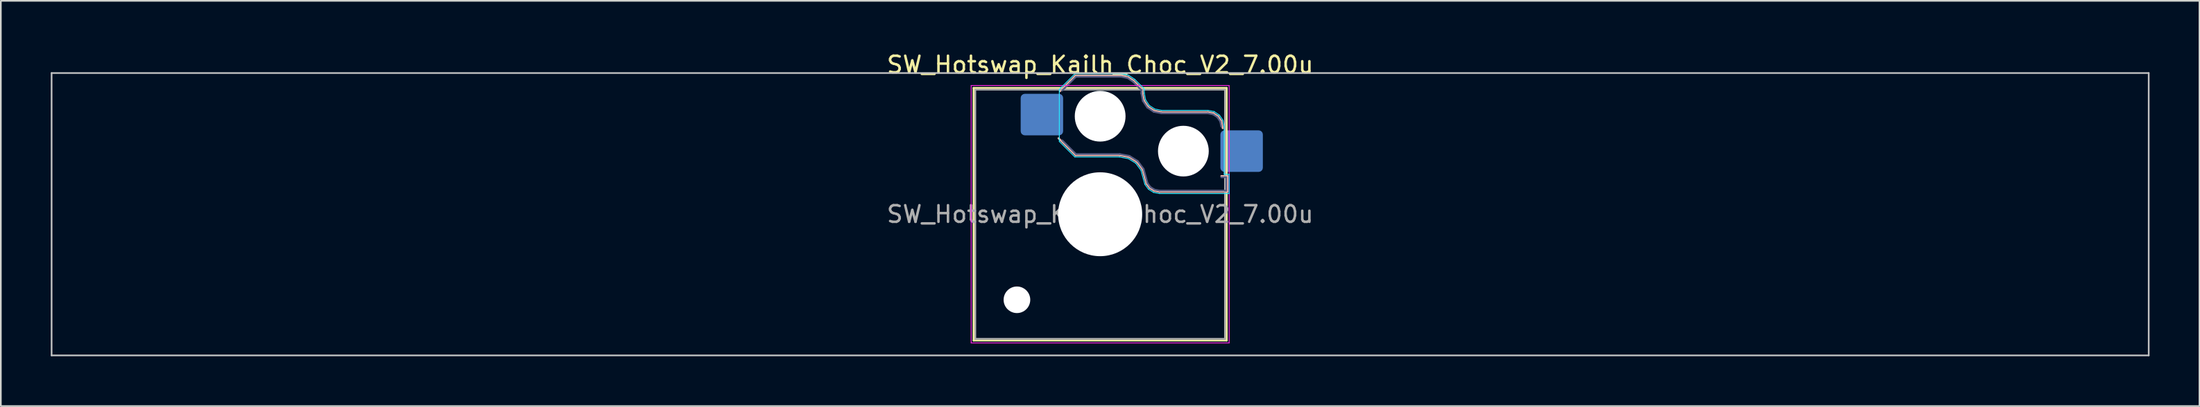
<source format=kicad_pcb>
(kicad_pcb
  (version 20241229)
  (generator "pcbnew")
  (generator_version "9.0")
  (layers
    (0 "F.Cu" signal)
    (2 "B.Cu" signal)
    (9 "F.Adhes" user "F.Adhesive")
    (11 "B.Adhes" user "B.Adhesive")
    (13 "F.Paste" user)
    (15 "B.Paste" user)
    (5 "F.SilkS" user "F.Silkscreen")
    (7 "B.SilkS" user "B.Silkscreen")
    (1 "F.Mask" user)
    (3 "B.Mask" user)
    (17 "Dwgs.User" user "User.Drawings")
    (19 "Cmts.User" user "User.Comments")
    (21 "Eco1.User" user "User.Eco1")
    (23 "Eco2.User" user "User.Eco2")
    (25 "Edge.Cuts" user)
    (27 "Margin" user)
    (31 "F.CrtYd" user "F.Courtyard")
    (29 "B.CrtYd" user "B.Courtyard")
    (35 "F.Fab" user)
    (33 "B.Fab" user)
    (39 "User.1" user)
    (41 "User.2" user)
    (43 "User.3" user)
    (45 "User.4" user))
  (footprint "SW_Hotswap_Kailh_Choc_V2_7.00u"
    (layer "F.Cu")
    (at 63.05 9.848)
    (property "Reference" "SW_Hotswap_Kailh_Choc_V2_7.00u" (at 0 -9 0) (layer "F.SilkS") (effects (font (size 1 1) (thickness 0.15))))
    (attr smd)
    (fp_line (start -7.6 -7.6) (end -7.6 7.6) (stroke (width 0.12) (type solid)) (layer "F.SilkS"))
    (fp_line (start -7.6 7.6) (end 7.6 7.6) (stroke (width 0.12) (type solid)) (layer "F.SilkS"))
    (fp_line (start 7.6 -7.6) (end -7.6 -7.6) (stroke (width 0.12) (type solid)) (layer "F.SilkS"))
    (fp_line (start 7.6 7.6) (end 7.6 -7.6) (stroke (width 0.12) (type solid)) (layer "F.SilkS"))
    (fp_line (start -2.416 -7.409) (end -1.479 -8.346) (stroke (width 0.12) (type solid)) (layer "B.SilkS"))
    (fp_line (start -1.479 -8.346) (end 1.268 -8.346) (stroke (width 0.12) (type solid)) (layer "B.SilkS"))
    (fp_line (start -1.479 -3.554) (end -2.5 -4.575) (stroke (width 0.12) (type solid)) (layer "B.SilkS"))
    (fp_line (start 1.168 -3.554) (end -1.479 -3.554) (stroke (width 0.12) (type solid)) (layer "B.SilkS"))
    (fp_line (start 1.268 -8.346) (end 1.671 -8.266) (stroke (width 0.12) (type solid)) (layer "B.SilkS"))
    (fp_line (start 1.671 -8.266) (end 2.013 -8.037) (stroke (width 0.12) (type solid)) (layer "B.SilkS"))
    (fp_line (start 1.73 -3.449) (end 1.168 -3.554) (stroke (width 0.12) (type solid)) (layer "B.SilkS"))
    (fp_line (start 2.013 -8.037) (end 2.546 -7.504) (stroke (width 0.12) (type solid)) (layer "B.SilkS"))
    (fp_line (start 2.209 -3.15) (end 1.73 -3.449) (stroke (width 0.12) (type solid)) (layer "B.SilkS"))
    (fp_line (start 2.546 -7.504) (end 2.546 -7.282) (stroke (width 0.12) (type solid)) (layer "B.SilkS"))
    (fp_line (start 2.546 -7.282) (end 2.633 -6.844) (stroke (width 0.12) (type solid)) (layer "B.SilkS"))
    (fp_line (start 2.547 -2.697) (end 2.209 -3.15) (stroke (width 0.12) (type solid)) (layer "B.SilkS"))
    (fp_line (start 2.633 -6.844) (end 2.877 -6.477) (stroke (width 0.12) (type solid)) (layer "B.SilkS"))
    (fp_line (start 2.701 -2.139) (end 2.547 -2.697) (stroke (width 0.12) (type solid)) (layer "B.SilkS"))
    (fp_line (start 2.783 -1.841) (end 2.701 -2.139) (stroke (width 0.12) (type solid)) (layer "B.SilkS"))
    (fp_line (start 2.877 -6.477) (end 3.244 -6.233) (stroke (width 0.12) (type solid)) (layer "B.SilkS"))
    (fp_line (start 2.976 -1.583) (end 2.783 -1.841) (stroke (width 0.12) (type solid)) (layer "B.SilkS"))
    (fp_line (start 3.244 -6.233) (end 3.682 -6.146) (stroke (width 0.12) (type solid)) (layer "B.SilkS"))
    (fp_line (start 3.25 -1.413) (end 2.976 -1.583) (stroke (width 0.12) (type solid)) (layer "B.SilkS"))
    (fp_line (start 3.56 -1.354) (end 3.25 -1.413) (stroke (width 0.12) (type solid)) (layer "B.SilkS"))
    (fp_line (start 3.682 -6.146) (end 6.482 -6.146) (stroke (width 0.12) (type solid)) (layer "B.SilkS"))
    (fp_line (start 6.482 -6.146) (end 6.809 -6.081) (stroke (width 0.12) (type solid)) (layer "B.SilkS"))
    (fp_line (start 6.809 -6.081) (end 7.092 -5.892) (stroke (width 0.12) (type solid)) (layer "B.SilkS"))
    (fp_line (start 7.092 -5.892) (end 7.281 -5.609) (stroke (width 0.12) (type solid)) (layer "B.SilkS"))
    (fp_line (start 7.281 -5.609) (end 7.366 -5.182) (stroke (width 0.12) (type solid)) (layer "B.SilkS"))
    (fp_line (start 7.283 -2.296) (end 7.646 -2.296) (stroke (width 0.12) (type solid)) (layer "B.SilkS"))
    (fp_line (start 7.646 -2.296) (end 7.646 -1.354) (stroke (width 0.12) (type solid)) (layer "B.SilkS"))
    (fp_line (start 7.646 -1.354) (end 3.56 -1.354) (stroke (width 0.12) (type solid)) (layer "B.SilkS"))
    (fp_line (start -63 -8.5) (end -63 8.5) (stroke (width 0.1) (type solid)) (layer "Dwgs.User"))
    (fp_line (start -63 8.5) (end 63 8.5) (stroke (width 0.1) (type solid)) (layer "Dwgs.User"))
    (fp_line (start 63 -8.5) (end -63 -8.5) (stroke (width 0.1) (type solid)) (layer "Dwgs.User"))
    (fp_line (start 63 8.5) (end 63 -8.5) (stroke (width 0.1) (type solid)) (layer "Dwgs.User"))
    (fp_line (start -7.25 -7.25) (end -7.25 7.25) (stroke (width 0.1) (type solid)) (layer "Eco1.User"))
    (fp_line (start -7.25 7.25) (end 7.25 7.25) (stroke (width 0.1) (type solid)) (layer "Eco1.User"))
    (fp_line (start 7.25 -7.25) (end -7.25 -7.25) (stroke (width 0.1) (type solid)) (layer "Eco1.User"))
    (fp_line (start 7.25 7.25) (end 7.25 -7.25) (stroke (width 0.1) (type solid)) (layer "Eco1.User"))
    (fp_line (start -2.452 -7.523) (end -1.523 -8.452) (stroke (width 0.05) (type solid)) (layer "B.CrtYd"))
    (fp_line (start -2.452 -4.377) (end -2.452 -7.523) (stroke (width 0.05) (type solid)) (layer "B.CrtYd"))
    (fp_line (start -1.523 -8.452) (end 1.278 -8.452) (stroke (width 0.05) (type solid)) (layer "B.CrtYd"))
    (fp_line (start -1.523 -3.448) (end -2.452 -4.377) (stroke (width 0.05) (type solid)) (layer "B.CrtYd"))
    (fp_line (start 1.159 -3.448) (end -1.523 -3.448) (stroke (width 0.05) (type solid)) (layer "B.CrtYd"))
    (fp_line (start 1.278 -8.452) (end 1.712 -8.366) (stroke (width 0.05) (type solid)) (layer "B.CrtYd"))
    (fp_line (start 1.691 -3.348) (end 1.159 -3.448) (stroke (width 0.05) (type solid)) (layer "B.CrtYd"))
    (fp_line (start 1.712 -8.366) (end 2.081 -8.119) (stroke (width 0.05) (type solid)) (layer "B.CrtYd"))
    (fp_line (start 2.081 -8.119) (end 2.652 -7.548) (stroke (width 0.05) (type solid)) (layer "B.CrtYd"))
    (fp_line (start 2.136 -3.071) (end 1.691 -3.348) (stroke (width 0.05) (type solid)) (layer "B.CrtYd"))
    (fp_line (start 2.45 -2.65) (end 2.136 -3.071) (stroke (width 0.05) (type solid)) (layer "B.CrtYd"))
    (fp_line (start 2.599 -2.111) (end 2.45 -2.65) (stroke (width 0.05) (type solid)) (layer "B.CrtYd"))
    (fp_line (start 2.652 -7.548) (end 2.652 -7.292) (stroke (width 0.05) (type solid)) (layer "B.CrtYd"))
    (fp_line (start 2.652 -7.292) (end 2.733 -6.885) (stroke (width 0.05) (type solid)) (layer "B.CrtYd"))
    (fp_line (start 2.687 -1.794) (end 2.599 -2.111) (stroke (width 0.05) (type solid)) (layer "B.CrtYd"))
    (fp_line (start 2.733 -6.885) (end 2.953 -6.553) (stroke (width 0.05) (type solid)) (layer "B.CrtYd"))
    (fp_line (start 2.903 -1.503) (end 2.687 -1.794) (stroke (width 0.05) (type solid)) (layer "B.CrtYd"))
    (fp_line (start 2.953 -6.553) (end 3.285 -6.333) (stroke (width 0.05) (type solid)) (layer "B.CrtYd"))
    (fp_line (start 3.211 -1.312) (end 2.903 -1.503) (stroke (width 0.05) (type solid)) (layer "B.CrtYd"))
    (fp_line (start 3.285 -6.333) (end 3.692 -6.252) (stroke (width 0.05) (type solid)) (layer "B.CrtYd"))
    (fp_line (start 3.55 -1.248) (end 3.211 -1.312) (stroke (width 0.05) (type solid)) (layer "B.CrtYd"))
    (fp_line (start 3.692 -6.252) (end 6.492 -6.252) (stroke (width 0.05) (type solid)) (layer "B.CrtYd"))
    (fp_line (start 6.492 -6.252) (end 6.85 -6.181) (stroke (width 0.05) (type solid)) (layer "B.CrtYd"))
    (fp_line (start 6.85 -6.181) (end 7.168 -5.968) (stroke (width 0.05) (type solid)) (layer "B.CrtYd"))
    (fp_line (start 7.168 -5.968) (end 7.381 -5.65) (stroke (width 0.05) (type solid)) (layer "B.CrtYd"))
    (fp_line (start 7.381 -5.65) (end 7.452 -5.292) (stroke (width 0.05) (type solid)) (layer "B.CrtYd"))
    (fp_line (start 7.452 -5.292) (end 7.452 -2.402) (stroke (width 0.05) (type solid)) (layer "B.CrtYd"))
    (fp_line (start 7.452 -2.402) (end 7.752 -2.402) (stroke (width 0.05) (type solid)) (layer "B.CrtYd"))
    (fp_line (start 7.752 -2.402) (end 7.752 -1.248) (stroke (width 0.05) (type solid)) (layer "B.CrtYd"))
    (fp_line (start 7.752 -1.248) (end 3.55 -1.248) (stroke (width 0.05) (type solid)) (layer "B.CrtYd"))
    (fp_line (start -7.75 -7.75) (end -7.75 7.75) (stroke (width 0.05) (type solid)) (layer "F.CrtYd"))
    (fp_line (start -7.75 7.75) (end 7.75 7.75) (stroke (width 0.05) (type solid)) (layer "F.CrtYd"))
    (fp_line (start 7.75 -7.75) (end -7.75 -7.75) (stroke (width 0.05) (type solid)) (layer "F.CrtYd"))
    (fp_line (start 7.75 7.75) (end 7.75 -7.75) (stroke (width 0.05) (type solid)) (layer "F.CrtYd"))
    (fp_line (start -2.275 -7.45) (end -1.45 -8.275) (stroke (width 0.1) (type solid)) (layer "B.Fab"))
    (fp_line (start -1.45 -8.275) (end 1.261 -8.275) (stroke (width 0.1) (type solid)) (layer "B.Fab"))
    (fp_line (start -1.45 -3.625) (end -2.275 -4.45) (stroke (width 0.1) (type solid)) (layer "B.Fab"))
    (fp_line (start 1.175 -3.625) (end -1.45 -3.625) (stroke (width 0.1) (type solid)) (layer "B.Fab"))
    (fp_line (start 1.261 -8.275) (end 1.643 -8.199) (stroke (width 0.1) (type solid)) (layer "B.Fab"))
    (fp_line (start 1.643 -8.199) (end 1.968 -7.982) (stroke (width 0.1) (type solid)) (layer "B.Fab"))
    (fp_line (start 1.756 -3.516) (end 1.175 -3.625) (stroke (width 0.1) (type solid)) (layer "B.Fab"))
    (fp_line (start 1.968 -7.982) (end 2.475 -7.475) (stroke (width 0.1) (type solid)) (layer "B.Fab"))
    (fp_line (start 2.258 -3.203) (end 1.756 -3.516) (stroke (width 0.1) (type solid)) (layer "B.Fab"))
    (fp_line (start 2.475 -7.475) (end 2.475 -7.275) (stroke (width 0.1) (type solid)) (layer "B.Fab"))
    (fp_line (start 2.475 -7.275) (end 2.566 -6.816) (stroke (width 0.1) (type solid)) (layer "B.Fab"))
    (fp_line (start 2.566 -6.816) (end 2.826 -6.426) (stroke (width 0.1) (type solid)) (layer "B.Fab"))
    (fp_line (start 2.612 -2.729) (end 2.258 -3.203) (stroke (width 0.1) (type solid)) (layer "B.Fab"))
    (fp_line (start 2.769 -2.158) (end 2.612 -2.729) (stroke (width 0.1) (type solid)) (layer "B.Fab"))
    (fp_line (start 2.826 -6.426) (end 3.216 -6.166) (stroke (width 0.1) (type solid)) (layer "B.Fab"))
    (fp_line (start 2.848 -1.873) (end 2.769 -2.158) (stroke (width 0.1) (type solid)) (layer "B.Fab"))
    (fp_line (start 3.025 -1.636) (end 2.848 -1.873) (stroke (width 0.1) (type solid)) (layer "B.Fab"))
    (fp_line (start 3.216 -6.166) (end 3.675 -6.075) (stroke (width 0.1) (type solid)) (layer "B.Fab"))
    (fp_line (start 3.276 -1.48) (end 3.025 -1.636) (stroke (width 0.1) (type solid)) (layer "B.Fab"))
    (fp_line (start 3.567 -1.425) (end 3.276 -1.48) (stroke (width 0.1) (type solid)) (layer "B.Fab"))
    (fp_line (start 3.675 -6.075) (end 6.475 -6.075) (stroke (width 0.1) (type solid)) (layer "B.Fab"))
    (fp_line (start 6.475 -6.075) (end 6.781 -6.014) (stroke (width 0.1) (type solid)) (layer "B.Fab"))
    (fp_line (start 6.781 -6.014) (end 7.041 -5.841) (stroke (width 0.1) (type solid)) (layer "B.Fab"))
    (fp_line (start 7.041 -5.841) (end 7.214 -5.581) (stroke (width 0.1) (type solid)) (layer "B.Fab"))
    (fp_line (start 7.214 -5.581) (end 7.275 -5.275) (stroke (width 0.1) (type solid)) (layer "B.Fab"))
    (fp_line (start 7.275 -2.225) (end 7.575 -2.225) (stroke (width 0.1) (type solid)) (layer "B.Fab"))
    (fp_line (start 7.575 -2.225) (end 7.575 -1.425) (stroke (width 0.1) (type solid)) (layer "B.Fab"))
    (fp_line (start 7.575 -1.425) (end 3.567 -1.425) (stroke (width 0.1) (type solid)) (layer "B.Fab"))
    (fp_line (start -7.5 -7.5) (end -7.5 7.5) (stroke (width 0.1) (type solid)) (layer "F.Fab"))
    (fp_line (start -7.5 7.5) (end 7.5 7.5) (stroke (width 0.1) (type solid)) (layer "F.Fab"))
    (fp_line (start 7.5 -7.5) (end -7.5 -7.5) (stroke (width 0.1) (type solid)) (layer "F.Fab"))
    (fp_line (start 7.5 7.5) (end 7.5 -7.5) (stroke (width 0.1) (type solid)) (layer "F.Fab"))
    (fp_text user "${REFERENCE}" (at 0 0 0) (layer "F.Fab") (effects (font (size 1 1) (thickness 0.15))))
    (pad "" np_thru_hole circle (at -5 5.15) (size 1.6 1.6) (drill 1.6) (layers "*.Cu" "*.Mask"))
    (pad "" np_thru_hole circle (at 0 -5.9) (size 3.05 3.05) (drill 3.05) (layers "*.Cu" "*.Mask"))
    (pad "" np_thru_hole circle (at 0 0) (size 5.05 5.05) (drill 5.05) (layers "*.Cu" "*.Mask"))
    (pad "" np_thru_hole circle (at 5 -3.8) (size 3.05 3.05) (drill 3.05) (layers "*.Cu" "*.Mask"))
    (pad "1" smd roundrect (at -3.5 -6) (size 2.55 2.5) (layers "B.Cu" "B.Mask" "B.Paste") (roundrect_rratio 0.1))
    (pad "2" smd roundrect (at 8.5 -3.8) (size 2.55 2.5) (layers "B.Cu" "B.Mask" "B.Paste") (roundrect_rratio 0.1)))
  (gr_rect
    (start -3 -3)
    (end 129.1 21.398)
    (stroke (width 0.1) (type default))
    (fill no)
    (layer "Edge.Cuts")))
</source>
